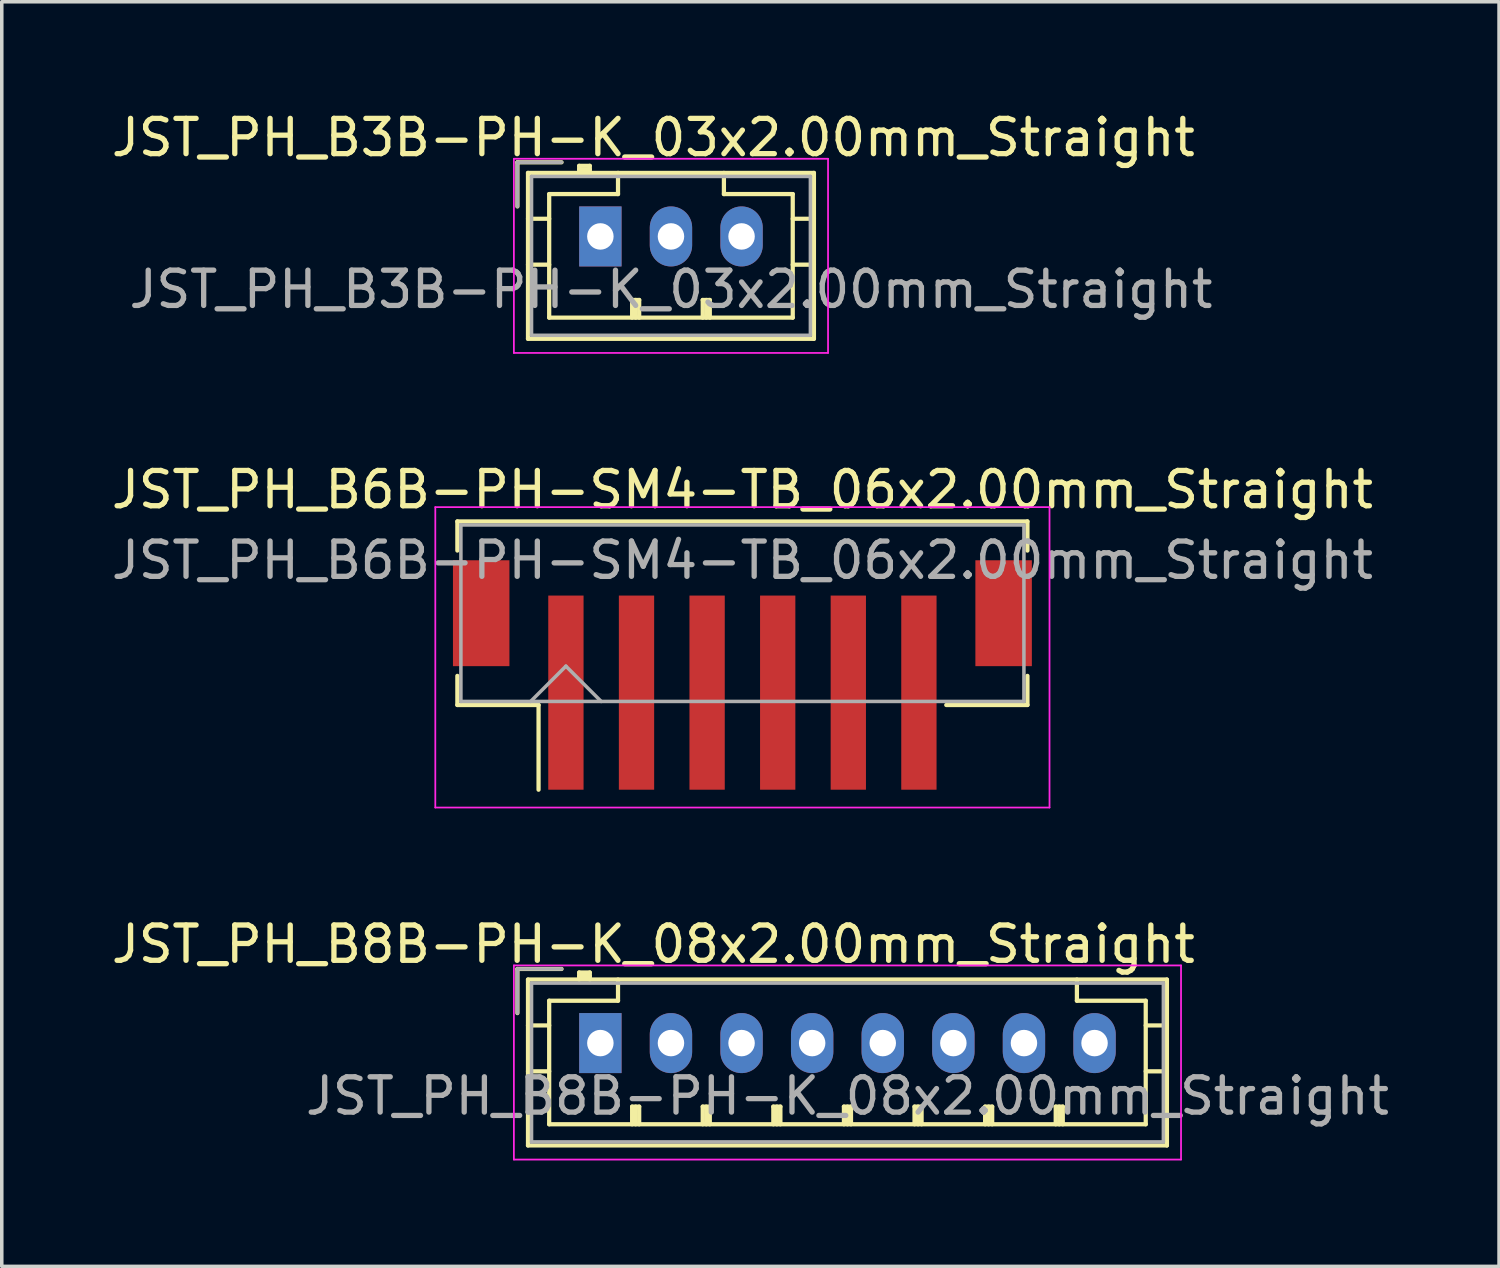
<source format=kicad_pcb>
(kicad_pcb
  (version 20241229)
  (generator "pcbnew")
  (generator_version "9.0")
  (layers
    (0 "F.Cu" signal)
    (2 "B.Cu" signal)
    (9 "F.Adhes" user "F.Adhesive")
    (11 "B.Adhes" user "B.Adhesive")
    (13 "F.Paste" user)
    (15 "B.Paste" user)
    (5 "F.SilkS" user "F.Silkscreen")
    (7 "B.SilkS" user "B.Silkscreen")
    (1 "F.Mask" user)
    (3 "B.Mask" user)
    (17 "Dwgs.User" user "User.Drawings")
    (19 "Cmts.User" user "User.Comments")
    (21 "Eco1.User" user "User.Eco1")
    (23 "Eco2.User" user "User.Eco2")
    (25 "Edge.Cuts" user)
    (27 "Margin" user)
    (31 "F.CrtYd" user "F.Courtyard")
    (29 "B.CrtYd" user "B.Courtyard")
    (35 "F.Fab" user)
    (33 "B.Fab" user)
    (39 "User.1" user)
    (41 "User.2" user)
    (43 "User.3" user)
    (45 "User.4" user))
  (footprint "JST_PH_B3B-PH-K_03x2.00mm_Straight"
    (layer "F.Cu")
    (at 13.958 3.648)
    (property "Reference" "JST_PH_B3B-PH-K_03x2.00mm_Straight" (at 1.5 -2.8 0) (layer "F.SilkS") (effects (font (size 1 1) (thickness 0.15))))
    (attr through_hole)
    (fp_line (start -2.35 -2.1) (end -2.35 -0.85) (stroke (width 0.12) (type solid)) (layer "F.SilkS"))
    (fp_line (start -2.05 -1.8) (end -2.05 2.9) (stroke (width 0.12) (type solid)) (layer "F.SilkS"))
    (fp_line (start -2.05 -0.5) (end -1.45 -0.5) (stroke (width 0.12) (type solid)) (layer "F.SilkS"))
    (fp_line (start -2.05 0.8) (end -1.45 0.8) (stroke (width 0.12) (type solid)) (layer "F.SilkS"))
    (fp_line (start -2.05 2.9) (end 6.05 2.9) (stroke (width 0.12) (type solid)) (layer "F.SilkS"))
    (fp_line (start -1.45 -1.2) (end -1.45 2.3) (stroke (width 0.12) (type solid)) (layer "F.SilkS"))
    (fp_line (start -1.45 2.3) (end 5.45 2.3) (stroke (width 0.12) (type solid)) (layer "F.SilkS"))
    (fp_line (start -1.1 -2.1) (end -2.35 -2.1) (stroke (width 0.12) (type solid)) (layer "F.SilkS"))
    (fp_line (start -0.6 -2) (end -0.6 -1.8) (stroke (width 0.12) (type solid)) (layer "F.SilkS"))
    (fp_line (start -0.3 -2) (end -0.6 -2) (stroke (width 0.12) (type solid)) (layer "F.SilkS"))
    (fp_line (start -0.3 -1.9) (end -0.6 -1.9) (stroke (width 0.12) (type solid)) (layer "F.SilkS"))
    (fp_line (start -0.3 -1.8) (end -0.3 -2) (stroke (width 0.12) (type solid)) (layer "F.SilkS"))
    (fp_line (start 0.5 -1.8) (end 0.5 -1.2) (stroke (width 0.12) (type solid)) (layer "F.SilkS"))
    (fp_line (start 0.5 -1.2) (end -1.45 -1.2) (stroke (width 0.12) (type solid)) (layer "F.SilkS"))
    (fp_line (start 0.9 1.8) (end 1.1 1.8) (stroke (width 0.12) (type solid)) (layer "F.SilkS"))
    (fp_line (start 0.9 2.3) (end 0.9 1.8) (stroke (width 0.12) (type solid)) (layer "F.SilkS"))
    (fp_line (start 1 2.3) (end 1 1.8) (stroke (width 0.12) (type solid)) (layer "F.SilkS"))
    (fp_line (start 1.1 1.8) (end 1.1 2.3) (stroke (width 0.12) (type solid)) (layer "F.SilkS"))
    (fp_line (start 2.9 1.8) (end 3.1 1.8) (stroke (width 0.12) (type solid)) (layer "F.SilkS"))
    (fp_line (start 2.9 2.3) (end 2.9 1.8) (stroke (width 0.12) (type solid)) (layer "F.SilkS"))
    (fp_line (start 3 2.3) (end 3 1.8) (stroke (width 0.12) (type solid)) (layer "F.SilkS"))
    (fp_line (start 3.1 1.8) (end 3.1 2.3) (stroke (width 0.12) (type solid)) (layer "F.SilkS"))
    (fp_line (start 3.5 -1.2) (end 3.5 -1.8) (stroke (width 0.12) (type solid)) (layer "F.SilkS"))
    (fp_line (start 5.45 -1.2) (end 3.5 -1.2) (stroke (width 0.12) (type solid)) (layer "F.SilkS"))
    (fp_line (start 5.45 2.3) (end 5.45 -1.2) (stroke (width 0.12) (type solid)) (layer "F.SilkS"))
    (fp_line (start 6.05 -1.8) (end -2.05 -1.8) (stroke (width 0.12) (type solid)) (layer "F.SilkS"))
    (fp_line (start 6.05 -0.5) (end 5.45 -0.5) (stroke (width 0.12) (type solid)) (layer "F.SilkS"))
    (fp_line (start 6.05 0.8) (end 5.45 0.8) (stroke (width 0.12) (type solid)) (layer "F.SilkS"))
    (fp_line (start 6.05 2.9) (end 6.05 -1.8) (stroke (width 0.12) (type solid)) (layer "F.SilkS"))
    (fp_line (start -2.45 -2.2) (end -2.45 3.3) (stroke (width 0.05) (type solid)) (layer "F.CrtYd"))
    (fp_line (start -2.45 3.3) (end 6.45 3.3) (stroke (width 0.05) (type solid)) (layer "F.CrtYd"))
    (fp_line (start 6.45 -2.2) (end -2.45 -2.2) (stroke (width 0.05) (type solid)) (layer "F.CrtYd"))
    (fp_line (start 6.45 3.3) (end 6.45 -2.2) (stroke (width 0.05) (type solid)) (layer "F.CrtYd"))
    (fp_line (start -2.35 -2.1) (end -2.35 -0.85) (stroke (width 0.1) (type solid)) (layer "F.Fab"))
    (fp_line (start -1.95 -1.7) (end -1.95 2.8) (stroke (width 0.1) (type solid)) (layer "F.Fab"))
    (fp_line (start -1.95 2.8) (end 5.95 2.8) (stroke (width 0.1) (type solid)) (layer "F.Fab"))
    (fp_line (start -1.1 -2.1) (end -2.35 -2.1) (stroke (width 0.1) (type solid)) (layer "F.Fab"))
    (fp_line (start 5.95 -1.7) (end -1.95 -1.7) (stroke (width 0.1) (type solid)) (layer "F.Fab"))
    (fp_line (start 5.95 2.8) (end 5.95 -1.7) (stroke (width 0.1) (type solid)) (layer "F.Fab"))
    (fp_text user "${REFERENCE}" (at 2 1.5 0) (layer "F.Fab") (effects (font (size 1 1) (thickness 0.15))))
    (pad "1" thru_hole rect (at 0 0) (size 1.2 1.7) (drill 0.75) (layers "*.Cu" "*.Mask"))
    (pad "2" thru_hole oval (at 2 0) (size 1.2 1.7) (drill 0.75) (layers "*.Cu" "*.Mask"))
    (pad "3" thru_hole oval (at 4 0) (size 1.2 1.7) (drill 0.75) (layers "*.Cu" "*.Mask")))
  (footprint "JST_PH_B8B-PH-K_08x2.00mm_Straight"
    (layer "F.Cu")
    (at 13.958 26.5)
    (property "Reference" "JST_PH_B8B-PH-K_08x2.00mm_Straight" (at 1.5 -2.8 0) (layer "F.SilkS") (effects (font (size 1 1) (thickness 0.15))))
    (attr through_hole)
    (fp_line (start -2.35 -2.1) (end -2.35 -0.85) (stroke (width 0.12) (type solid)) (layer "F.SilkS"))
    (fp_line (start -2.05 -1.8) (end -2.05 2.9) (stroke (width 0.12) (type solid)) (layer "F.SilkS"))
    (fp_line (start -2.05 -0.5) (end -1.45 -0.5) (stroke (width 0.12) (type solid)) (layer "F.SilkS"))
    (fp_line (start -2.05 0.8) (end -1.45 0.8) (stroke (width 0.12) (type solid)) (layer "F.SilkS"))
    (fp_line (start -2.05 2.9) (end 16.05 2.9) (stroke (width 0.12) (type solid)) (layer "F.SilkS"))
    (fp_line (start -1.45 -1.2) (end -1.45 2.3) (stroke (width 0.12) (type solid)) (layer "F.SilkS"))
    (fp_line (start -1.45 2.3) (end 15.45 2.3) (stroke (width 0.12) (type solid)) (layer "F.SilkS"))
    (fp_line (start -1.1 -2.1) (end -2.35 -2.1) (stroke (width 0.12) (type solid)) (layer "F.SilkS"))
    (fp_line (start -0.6 -2) (end -0.6 -1.8) (stroke (width 0.12) (type solid)) (layer "F.SilkS"))
    (fp_line (start -0.3 -2) (end -0.6 -2) (stroke (width 0.12) (type solid)) (layer "F.SilkS"))
    (fp_line (start -0.3 -1.9) (end -0.6 -1.9) (stroke (width 0.12) (type solid)) (layer "F.SilkS"))
    (fp_line (start -0.3 -1.8) (end -0.3 -2) (stroke (width 0.12) (type solid)) (layer "F.SilkS"))
    (fp_line (start 0.5 -1.8) (end 0.5 -1.2) (stroke (width 0.12) (type solid)) (layer "F.SilkS"))
    (fp_line (start 0.5 -1.2) (end -1.45 -1.2) (stroke (width 0.12) (type solid)) (layer "F.SilkS"))
    (fp_line (start 0.9 1.8) (end 1.1 1.8) (stroke (width 0.12) (type solid)) (layer "F.SilkS"))
    (fp_line (start 0.9 2.3) (end 0.9 1.8) (stroke (width 0.12) (type solid)) (layer "F.SilkS"))
    (fp_line (start 1 2.3) (end 1 1.8) (stroke (width 0.12) (type solid)) (layer "F.SilkS"))
    (fp_line (start 1.1 1.8) (end 1.1 2.3) (stroke (width 0.12) (type solid)) (layer "F.SilkS"))
    (fp_line (start 2.9 1.8) (end 3.1 1.8) (stroke (width 0.12) (type solid)) (layer "F.SilkS"))
    (fp_line (start 2.9 2.3) (end 2.9 1.8) (stroke (width 0.12) (type solid)) (layer "F.SilkS"))
    (fp_line (start 3 2.3) (end 3 1.8) (stroke (width 0.12) (type solid)) (layer "F.SilkS"))
    (fp_line (start 3.1 1.8) (end 3.1 2.3) (stroke (width 0.12) (type solid)) (layer "F.SilkS"))
    (fp_line (start 4.9 1.8) (end 5.1 1.8) (stroke (width 0.12) (type solid)) (layer "F.SilkS"))
    (fp_line (start 4.9 2.3) (end 4.9 1.8) (stroke (width 0.12) (type solid)) (layer "F.SilkS"))
    (fp_line (start 5 2.3) (end 5 1.8) (stroke (width 0.12) (type solid)) (layer "F.SilkS"))
    (fp_line (start 5.1 1.8) (end 5.1 2.3) (stroke (width 0.12) (type solid)) (layer "F.SilkS"))
    (fp_line (start 6.9 1.8) (end 7.1 1.8) (stroke (width 0.12) (type solid)) (layer "F.SilkS"))
    (fp_line (start 6.9 2.3) (end 6.9 1.8) (stroke (width 0.12) (type solid)) (layer "F.SilkS"))
    (fp_line (start 7 2.3) (end 7 1.8) (stroke (width 0.12) (type solid)) (layer "F.SilkS"))
    (fp_line (start 7.1 1.8) (end 7.1 2.3) (stroke (width 0.12) (type solid)) (layer "F.SilkS"))
    (fp_line (start 8.9 1.8) (end 9.1 1.8) (stroke (width 0.12) (type solid)) (layer "F.SilkS"))
    (fp_line (start 8.9 2.3) (end 8.9 1.8) (stroke (width 0.12) (type solid)) (layer "F.SilkS"))
    (fp_line (start 9 2.3) (end 9 1.8) (stroke (width 0.12) (type solid)) (layer "F.SilkS"))
    (fp_line (start 9.1 1.8) (end 9.1 2.3) (stroke (width 0.12) (type solid)) (layer "F.SilkS"))
    (fp_line (start 10.9 1.8) (end 11.1 1.8) (stroke (width 0.12) (type solid)) (layer "F.SilkS"))
    (fp_line (start 10.9 2.3) (end 10.9 1.8) (stroke (width 0.12) (type solid)) (layer "F.SilkS"))
    (fp_line (start 11 2.3) (end 11 1.8) (stroke (width 0.12) (type solid)) (layer "F.SilkS"))
    (fp_line (start 11.1 1.8) (end 11.1 2.3) (stroke (width 0.12) (type solid)) (layer "F.SilkS"))
    (fp_line (start 12.9 1.8) (end 13.1 1.8) (stroke (width 0.12) (type solid)) (layer "F.SilkS"))
    (fp_line (start 12.9 2.3) (end 12.9 1.8) (stroke (width 0.12) (type solid)) (layer "F.SilkS"))
    (fp_line (start 13 2.3) (end 13 1.8) (stroke (width 0.12) (type solid)) (layer "F.SilkS"))
    (fp_line (start 13.1 1.8) (end 13.1 2.3) (stroke (width 0.12) (type solid)) (layer "F.SilkS"))
    (fp_line (start 13.5 -1.2) (end 13.5 -1.8) (stroke (width 0.12) (type solid)) (layer "F.SilkS"))
    (fp_line (start 15.45 -1.2) (end 13.5 -1.2) (stroke (width 0.12) (type solid)) (layer "F.SilkS"))
    (fp_line (start 15.45 2.3) (end 15.45 -1.2) (stroke (width 0.12) (type solid)) (layer "F.SilkS"))
    (fp_line (start 16.05 -1.8) (end -2.05 -1.8) (stroke (width 0.12) (type solid)) (layer "F.SilkS"))
    (fp_line (start 16.05 -0.5) (end 15.45 -0.5) (stroke (width 0.12) (type solid)) (layer "F.SilkS"))
    (fp_line (start 16.05 0.8) (end 15.45 0.8) (stroke (width 0.12) (type solid)) (layer "F.SilkS"))
    (fp_line (start 16.05 2.9) (end 16.05 -1.8) (stroke (width 0.12) (type solid)) (layer "F.SilkS"))
    (fp_line (start -2.45 -2.2) (end -2.45 3.3) (stroke (width 0.05) (type solid)) (layer "F.CrtYd"))
    (fp_line (start -2.45 3.3) (end 16.45 3.3) (stroke (width 0.05) (type solid)) (layer "F.CrtYd"))
    (fp_line (start 16.45 -2.2) (end -2.45 -2.2) (stroke (width 0.05) (type solid)) (layer "F.CrtYd"))
    (fp_line (start 16.45 3.3) (end 16.45 -2.2) (stroke (width 0.05) (type solid)) (layer "F.CrtYd"))
    (fp_line (start -2.35 -2.1) (end -2.35 -0.85) (stroke (width 0.1) (type solid)) (layer "F.Fab"))
    (fp_line (start -1.95 -1.7) (end -1.95 2.8) (stroke (width 0.1) (type solid)) (layer "F.Fab"))
    (fp_line (start -1.95 2.8) (end 15.95 2.8) (stroke (width 0.1) (type solid)) (layer "F.Fab"))
    (fp_line (start -1.1 -2.1) (end -2.35 -2.1) (stroke (width 0.1) (type solid)) (layer "F.Fab"))
    (fp_line (start 15.95 -1.7) (end -1.95 -1.7) (stroke (width 0.1) (type solid)) (layer "F.Fab"))
    (fp_line (start 15.95 2.8) (end 15.95 -1.7) (stroke (width 0.1) (type solid)) (layer "F.Fab"))
    (fp_text user "${REFERENCE}" (at 7 1.5 0) (layer "F.Fab") (effects (font (size 1 1) (thickness 0.15))))
    (pad "1" thru_hole rect (at 0 0) (size 1.2 1.7) (drill 0.75) (layers "*.Cu" "*.Mask"))
    (pad "2" thru_hole oval (at 2 0) (size 1.2 1.7) (drill 0.75) (layers "*.Cu" "*.Mask"))
    (pad "3" thru_hole oval (at 4 0) (size 1.2 1.7) (drill 0.75) (layers "*.Cu" "*.Mask"))
    (pad "4" thru_hole oval (at 6 0) (size 1.2 1.7) (drill 0.75) (layers "*.Cu" "*.Mask"))
    (pad "5" thru_hole oval (at 8 0) (size 1.2 1.7) (drill 0.75) (layers "*.Cu" "*.Mask"))
    (pad "6" thru_hole oval (at 10 0) (size 1.2 1.7) (drill 0.75) (layers "*.Cu" "*.Mask"))
    (pad "7" thru_hole oval (at 12 0) (size 1.2 1.7) (drill 0.75) (layers "*.Cu" "*.Mask"))
    (pad "8" thru_hole oval (at 14 0) (size 1.2 1.7) (drill 0.75) (layers "*.Cu" "*.Mask")))
  (footprint "JST_PH_B6B-PH-SM4-TB_06x2.00mm_Straight"
    (layer "F.Cu")
    (at 17.982 15.447)
    (property "Reference" "JST_PH_B6B-PH-SM4-TB_06x2.00mm_Straight" (at 0 -4.625 0) (layer "F.SilkS") (effects (font (size 1 1) (thickness 0.15))))
    (attr smd)
    (fp_line (start -8.075 -3.725) (end 8.075 -3.725) (stroke (width 0.12) (type solid)) (layer "F.SilkS"))
    (fp_line (start -8.075 -2.9) (end -8.075 -3.725) (stroke (width 0.12) (type solid)) (layer "F.SilkS"))
    (fp_line (start -8.075 0.65) (end -8.075 1.475) (stroke (width 0.12) (type solid)) (layer "F.SilkS"))
    (fp_line (start -8.075 1.475) (end -5.775 1.475) (stroke (width 0.12) (type solid)) (layer "F.SilkS"))
    (fp_line (start -5.775 1.475) (end -5.775 3.875) (stroke (width 0.12) (type solid)) (layer "F.SilkS"))
    (fp_line (start 8.075 -3.725) (end 8.075 -2.9) (stroke (width 0.12) (type solid)) (layer "F.SilkS"))
    (fp_line (start 8.075 0.65) (end 8.075 1.475) (stroke (width 0.12) (type solid)) (layer "F.SilkS"))
    (fp_line (start 8.075 1.475) (end 5.775 1.475) (stroke (width 0.12) (type solid)) (layer "F.SilkS"))
    (fp_line (start -8.7 -4.13) (end -8.7 4.38) (stroke (width 0.05) (type solid)) (layer "F.CrtYd"))
    (fp_line (start -8.7 4.38) (end 8.7 4.38) (stroke (width 0.05) (type solid)) (layer "F.CrtYd"))
    (fp_line (start 8.7 -4.13) (end -8.7 -4.13) (stroke (width 0.05) (type solid)) (layer "F.CrtYd"))
    (fp_line (start 8.7 4.38) (end 8.7 -4.13) (stroke (width 0.05) (type solid)) (layer "F.CrtYd"))
    (fp_line (start -7.975 -3.625) (end -7.975 1.375) (stroke (width 0.1) (type solid)) (layer "F.Fab"))
    (fp_line (start -7.975 1.375) (end 7.975 1.375) (stroke (width 0.1) (type solid)) (layer "F.Fab"))
    (fp_line (start -6 1.375) (end -5 0.375) (stroke (width 0.1) (type solid)) (layer "F.Fab"))
    (fp_line (start -5 0.375) (end -4 1.375) (stroke (width 0.1) (type solid)) (layer "F.Fab"))
    (fp_line (start 7.975 -3.625) (end -7.975 -3.625) (stroke (width 0.1) (type solid)) (layer "F.Fab"))
    (fp_line (start 7.975 1.375) (end 7.975 -3.625) (stroke (width 0.1) (type solid)) (layer "F.Fab"))
    (fp_text user "${REFERENCE}" (at 0 -2.625 0) (layer "F.Fab") (effects (font (size 1 1) (thickness 0.15))))
    (pad "" smd rect (at -7.4 -1.125) (size 1.6 3) (layers "F.Cu" "F.Mask" "F.Paste"))
    (pad "" smd rect (at 7.4 -1.125) (size 1.6 3) (layers "F.Cu" "F.Mask" "F.Paste"))
    (pad "1" smd rect (at -5 1.125) (size 1 5.5) (layers "F.Cu" "F.Mask" "F.Paste"))
    (pad "2" smd rect (at -3 1.125) (size 1 5.5) (layers "F.Cu" "F.Mask" "F.Paste"))
    (pad "3" smd rect (at -1 1.125) (size 1 5.5) (layers "F.Cu" "F.Mask" "F.Paste"))
    (pad "4" smd rect (at 1 1.125) (size 1 5.5) (layers "F.Cu" "F.Mask" "F.Paste"))
    (pad "5" smd rect (at 3 1.125) (size 1 5.5) (layers "F.Cu" "F.Mask" "F.Paste"))
    (pad "6" smd rect (at 5 1.125) (size 1 5.5) (layers "F.Cu" "F.Mask" "F.Paste")))
  (gr_rect
    (start -3 -3)
    (end 39.417 32.825)
    (stroke (width 0.1) (type default))
    (fill no)
    (layer "Edge.Cuts")))
</source>
